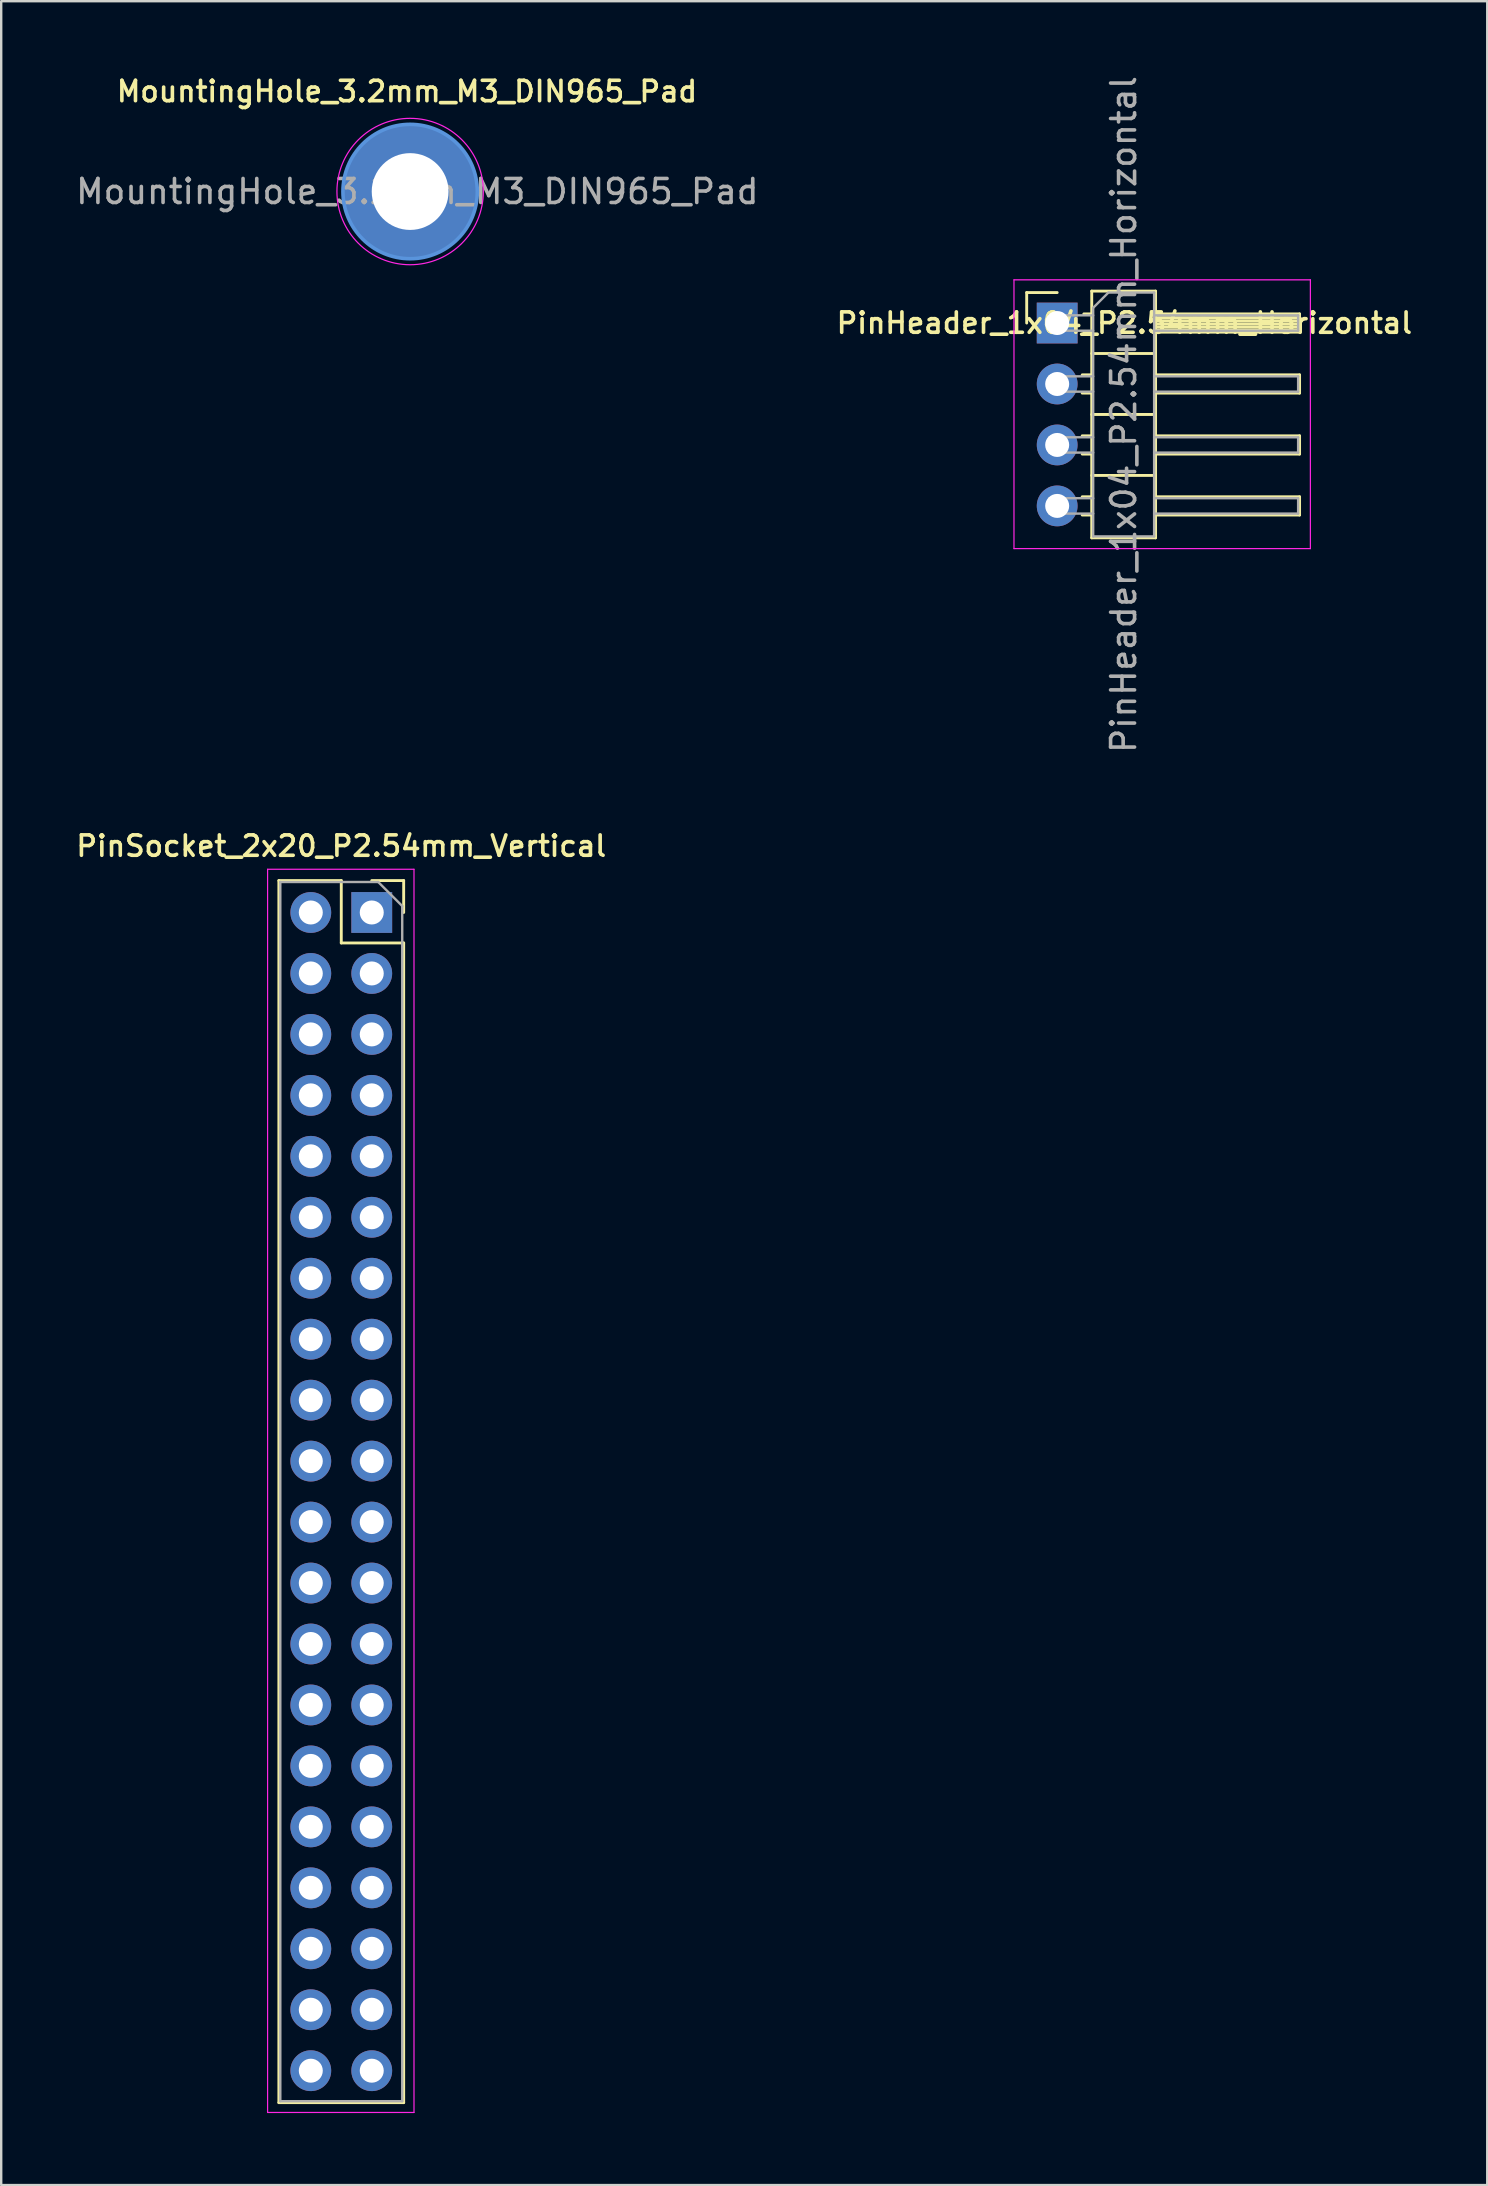
<source format=kicad_pcb>
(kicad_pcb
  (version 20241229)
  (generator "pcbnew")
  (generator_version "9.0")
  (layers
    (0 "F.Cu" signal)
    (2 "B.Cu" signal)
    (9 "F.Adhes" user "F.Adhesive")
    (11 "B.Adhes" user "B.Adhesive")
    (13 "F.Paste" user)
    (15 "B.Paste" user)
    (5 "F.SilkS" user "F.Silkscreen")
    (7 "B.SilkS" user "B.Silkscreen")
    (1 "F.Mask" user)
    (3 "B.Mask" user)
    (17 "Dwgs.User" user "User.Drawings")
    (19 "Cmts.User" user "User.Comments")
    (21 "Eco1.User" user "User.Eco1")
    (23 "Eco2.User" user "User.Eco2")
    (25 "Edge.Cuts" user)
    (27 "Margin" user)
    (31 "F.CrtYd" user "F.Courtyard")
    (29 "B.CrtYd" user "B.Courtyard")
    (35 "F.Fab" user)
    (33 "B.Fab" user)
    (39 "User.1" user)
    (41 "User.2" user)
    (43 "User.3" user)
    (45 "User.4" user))
  (footprint "PinHeader_1x04_P2.54mm_Horizontal"
    (layer "F.Cu")
    (at 41 10.41)
    (property "Reference" "PinHeader_1x04_P2.54mm_Horizontal" (at 2.8 0 0) (layer "F.SilkS") (effects (font (size 0.85 0.85) (thickness 0.15))))
    (attr through_hole)
    (fp_line (start -1.27 -1.27) (end 0 -1.27) (stroke (width 0.12) (type solid)) (layer "F.SilkS"))
    (fp_line (start -1.27 0) (end -1.27 -1.27) (stroke (width 0.12) (type solid)) (layer "F.SilkS"))
    (fp_line (start 1.043 2.16) (end 1.44 2.16) (stroke (width 0.12) (type solid)) (layer "F.SilkS"))
    (fp_line (start 1.043 2.92) (end 1.44 2.92) (stroke (width 0.12) (type solid)) (layer "F.SilkS"))
    (fp_line (start 1.043 4.7) (end 1.44 4.7) (stroke (width 0.12) (type solid)) (layer "F.SilkS"))
    (fp_line (start 1.043 5.46) (end 1.44 5.46) (stroke (width 0.12) (type solid)) (layer "F.SilkS"))
    (fp_line (start 1.043 7.24) (end 1.44 7.24) (stroke (width 0.12) (type solid)) (layer "F.SilkS"))
    (fp_line (start 1.043 8) (end 1.44 8) (stroke (width 0.12) (type solid)) (layer "F.SilkS"))
    (fp_line (start 1.11 -0.38) (end 1.44 -0.38) (stroke (width 0.12) (type solid)) (layer "F.SilkS"))
    (fp_line (start 1.11 0.38) (end 1.44 0.38) (stroke (width 0.12) (type solid)) (layer "F.SilkS"))
    (fp_line (start 1.44 -1.33) (end 1.44 8.95) (stroke (width 0.12) (type solid)) (layer "F.SilkS"))
    (fp_line (start 1.44 1.27) (end 4.1 1.27) (stroke (width 0.12) (type solid)) (layer "F.SilkS"))
    (fp_line (start 1.44 3.81) (end 4.1 3.81) (stroke (width 0.12) (type solid)) (layer "F.SilkS"))
    (fp_line (start 1.44 6.35) (end 4.1 6.35) (stroke (width 0.12) (type solid)) (layer "F.SilkS"))
    (fp_line (start 1.44 8.95) (end 4.1 8.95) (stroke (width 0.12) (type solid)) (layer "F.SilkS"))
    (fp_line (start 4.1 -1.33) (end 1.44 -1.33) (stroke (width 0.12) (type solid)) (layer "F.SilkS"))
    (fp_line (start 4.1 -0.38) (end 10.1 -0.38) (stroke (width 0.12) (type solid)) (layer "F.SilkS"))
    (fp_line (start 4.1 -0.32) (end 10.1 -0.32) (stroke (width 0.12) (type solid)) (layer "F.SilkS"))
    (fp_line (start 4.1 -0.2) (end 10.1 -0.2) (stroke (width 0.12) (type solid)) (layer "F.SilkS"))
    (fp_line (start 4.1 -0.08) (end 10.1 -0.08) (stroke (width 0.12) (type solid)) (layer "F.SilkS"))
    (fp_line (start 4.1 0.04) (end 10.1 0.04) (stroke (width 0.12) (type solid)) (layer "F.SilkS"))
    (fp_line (start 4.1 0.16) (end 10.1 0.16) (stroke (width 0.12) (type solid)) (layer "F.SilkS"))
    (fp_line (start 4.1 0.28) (end 10.1 0.28) (stroke (width 0.12) (type solid)) (layer "F.SilkS"))
    (fp_line (start 4.1 2.16) (end 10.1 2.16) (stroke (width 0.12) (type solid)) (layer "F.SilkS"))
    (fp_line (start 4.1 4.7) (end 10.1 4.7) (stroke (width 0.12) (type solid)) (layer "F.SilkS"))
    (fp_line (start 4.1 7.24) (end 10.1 7.24) (stroke (width 0.12) (type solid)) (layer "F.SilkS"))
    (fp_line (start 4.1 8.95) (end 4.1 -1.33) (stroke (width 0.12) (type solid)) (layer "F.SilkS"))
    (fp_line (start 10.1 -0.38) (end 10.1 0.38) (stroke (width 0.12) (type solid)) (layer "F.SilkS"))
    (fp_line (start 10.1 0.38) (end 4.1 0.38) (stroke (width 0.12) (type solid)) (layer "F.SilkS"))
    (fp_line (start 10.1 2.16) (end 10.1 2.92) (stroke (width 0.12) (type solid)) (layer "F.SilkS"))
    (fp_line (start 10.1 2.92) (end 4.1 2.92) (stroke (width 0.12) (type solid)) (layer "F.SilkS"))
    (fp_line (start 10.1 4.7) (end 10.1 5.46) (stroke (width 0.12) (type solid)) (layer "F.SilkS"))
    (fp_line (start 10.1 5.46) (end 4.1 5.46) (stroke (width 0.12) (type solid)) (layer "F.SilkS"))
    (fp_line (start 10.1 7.24) (end 10.1 8) (stroke (width 0.12) (type solid)) (layer "F.SilkS"))
    (fp_line (start 10.1 8) (end 4.1 8) (stroke (width 0.12) (type solid)) (layer "F.SilkS"))
    (fp_line (start -1.8 -1.8) (end -1.8 9.4) (stroke (width 0.05) (type solid)) (layer "F.CrtYd"))
    (fp_line (start -1.8 9.4) (end 10.55 9.4) (stroke (width 0.05) (type solid)) (layer "F.CrtYd"))
    (fp_line (start 10.55 -1.8) (end -1.8 -1.8) (stroke (width 0.05) (type solid)) (layer "F.CrtYd"))
    (fp_line (start 10.55 9.4) (end 10.55 -1.8) (stroke (width 0.05) (type solid)) (layer "F.CrtYd"))
    (fp_line (start -0.32 -0.32) (end -0.32 0.32) (stroke (width 0.1) (type solid)) (layer "F.Fab"))
    (fp_line (start -0.32 -0.32) (end 1.5 -0.32) (stroke (width 0.1) (type solid)) (layer "F.Fab"))
    (fp_line (start -0.32 0.32) (end 1.5 0.32) (stroke (width 0.1) (type solid)) (layer "F.Fab"))
    (fp_line (start -0.32 2.22) (end -0.32 2.86) (stroke (width 0.1) (type solid)) (layer "F.Fab"))
    (fp_line (start -0.32 2.22) (end 1.5 2.22) (stroke (width 0.1) (type solid)) (layer "F.Fab"))
    (fp_line (start -0.32 2.86) (end 1.5 2.86) (stroke (width 0.1) (type solid)) (layer "F.Fab"))
    (fp_line (start -0.32 4.76) (end -0.32 5.4) (stroke (width 0.1) (type solid)) (layer "F.Fab"))
    (fp_line (start -0.32 4.76) (end 1.5 4.76) (stroke (width 0.1) (type solid)) (layer "F.Fab"))
    (fp_line (start -0.32 5.4) (end 1.5 5.4) (stroke (width 0.1) (type solid)) (layer "F.Fab"))
    (fp_line (start -0.32 7.3) (end -0.32 7.94) (stroke (width 0.1) (type solid)) (layer "F.Fab"))
    (fp_line (start -0.32 7.3) (end 1.5 7.3) (stroke (width 0.1) (type solid)) (layer "F.Fab"))
    (fp_line (start -0.32 7.94) (end 1.5 7.94) (stroke (width 0.1) (type solid)) (layer "F.Fab"))
    (fp_line (start 1.5 -0.635) (end 2.135 -1.27) (stroke (width 0.1) (type solid)) (layer "F.Fab"))
    (fp_line (start 1.5 8.89) (end 1.5 -0.635) (stroke (width 0.1) (type solid)) (layer "F.Fab"))
    (fp_line (start 2.135 -1.27) (end 4.04 -1.27) (stroke (width 0.1) (type solid)) (layer "F.Fab"))
    (fp_line (start 4.04 -1.27) (end 4.04 8.89) (stroke (width 0.1) (type solid)) (layer "F.Fab"))
    (fp_line (start 4.04 -0.32) (end 10.04 -0.32) (stroke (width 0.1) (type solid)) (layer "F.Fab"))
    (fp_line (start 4.04 0.32) (end 10.04 0.32) (stroke (width 0.1) (type solid)) (layer "F.Fab"))
    (fp_line (start 4.04 2.22) (end 10.04 2.22) (stroke (width 0.1) (type solid)) (layer "F.Fab"))
    (fp_line (start 4.04 2.86) (end 10.04 2.86) (stroke (width 0.1) (type solid)) (layer "F.Fab"))
    (fp_line (start 4.04 4.76) (end 10.04 4.76) (stroke (width 0.1) (type solid)) (layer "F.Fab"))
    (fp_line (start 4.04 5.4) (end 10.04 5.4) (stroke (width 0.1) (type solid)) (layer "F.Fab"))
    (fp_line (start 4.04 7.3) (end 10.04 7.3) (stroke (width 0.1) (type solid)) (layer "F.Fab"))
    (fp_line (start 4.04 7.94) (end 10.04 7.94) (stroke (width 0.1) (type solid)) (layer "F.Fab"))
    (fp_line (start 4.04 8.89) (end 1.5 8.89) (stroke (width 0.1) (type solid)) (layer "F.Fab"))
    (fp_line (start 10.04 -0.32) (end 10.04 0.32) (stroke (width 0.1) (type solid)) (layer "F.Fab"))
    (fp_line (start 10.04 2.22) (end 10.04 2.86) (stroke (width 0.1) (type solid)) (layer "F.Fab"))
    (fp_line (start 10.04 4.76) (end 10.04 5.4) (stroke (width 0.1) (type solid)) (layer "F.Fab"))
    (fp_line (start 10.04 7.3) (end 10.04 7.94) (stroke (width 0.1) (type solid)) (layer "F.Fab"))
    (fp_text user "${REFERENCE}" (at 2.77 3.81 90) (unlocked yes) (layer "F.Fab") (effects (font (size 1 1) (thickness 0.15))))
    (pad "1" thru_hole rect (at 0 0 180) (size 1.7 1.7) (drill 1) (layers "*.Cu" "*.Mask"))
    (pad "2" thru_hole oval (at 0 2.54 180) (size 1.7 1.7) (drill 1) (layers "*.Cu" "*.Mask"))
    (pad "3" thru_hole oval (at 0 5.08 180) (size 1.7 1.7) (drill 1) (layers "*.Cu" "*.Mask"))
    (pad "4" thru_hole oval (at 0 7.62 180) (size 1.7 1.7) (drill 1) (layers "*.Cu" "*.Mask")))
  (footprint "PinSocket_2x20_P2.54mm_Vertical"
    (layer "F.Cu")
    (at 12.44 34.971)
    (property "Reference" "PinSocket_2x20_P2.54mm_Vertical" (at -1.27 -2.77 0) (layer "F.SilkS") (effects (font (size 0.85 0.85) (thickness 0.15))))
    (attr through_hole)
    (fp_line (start -3.87 -1.33) (end -3.87 49.59) (stroke (width 0.12) (type solid)) (layer "F.SilkS"))
    (fp_line (start -3.87 -1.33) (end -1.27 -1.33) (stroke (width 0.12) (type solid)) (layer "F.SilkS"))
    (fp_line (start -3.87 49.59) (end 1.33 49.59) (stroke (width 0.12) (type solid)) (layer "F.SilkS"))
    (fp_line (start -1.27 -1.33) (end -1.27 1.27) (stroke (width 0.12) (type solid)) (layer "F.SilkS"))
    (fp_line (start -1.27 1.27) (end 1.33 1.27) (stroke (width 0.12) (type solid)) (layer "F.SilkS"))
    (fp_line (start 0 -1.33) (end 1.33 -1.33) (stroke (width 0.12) (type solid)) (layer "F.SilkS"))
    (fp_line (start 1.33 -1.33) (end 1.33 0) (stroke (width 0.12) (type solid)) (layer "F.SilkS"))
    (fp_line (start 1.33 1.27) (end 1.33 49.59) (stroke (width 0.12) (type solid)) (layer "F.SilkS"))
    (fp_line (start -4.34 -1.8) (end 1.76 -1.8) (stroke (width 0.05) (type solid)) (layer "F.CrtYd"))
    (fp_line (start -4.34 50) (end -4.34 -1.8) (stroke (width 0.05) (type solid)) (layer "F.CrtYd"))
    (fp_line (start 1.76 -1.8) (end 1.76 50) (stroke (width 0.05) (type solid)) (layer "F.CrtYd"))
    (fp_line (start 1.76 50) (end -4.34 50) (stroke (width 0.05) (type solid)) (layer "F.CrtYd"))
    (fp_line (start -3.81 -1.27) (end 0.27 -1.27) (stroke (width 0.1) (type solid)) (layer "F.Fab"))
    (fp_line (start -3.81 49.53) (end -3.81 -1.27) (stroke (width 0.1) (type solid)) (layer "F.Fab"))
    (fp_line (start 0.27 -1.27) (end 1.27 -0.27) (stroke (width 0.1) (type solid)) (layer "F.Fab"))
    (fp_line (start 1.27 -0.27) (end 1.27 49.53) (stroke (width 0.1) (type solid)) (layer "F.Fab"))
    (fp_line (start 1.27 49.53) (end -3.81 49.53) (stroke (width 0.1) (type solid)) (layer "F.Fab"))
    (pad "1" thru_hole rect (at 0 0 180) (size 1.7 1.7) (drill 1) (layers "*.Cu" "*.Mask"))
    (pad "2" thru_hole oval (at -2.54 0 180) (size 1.7 1.7) (drill 1) (layers "*.Cu" "*.Mask"))
    (pad "3" thru_hole oval (at 0 2.54 180) (size 1.7 1.7) (drill 1) (layers "*.Cu" "*.Mask"))
    (pad "4" thru_hole oval (at -2.54 2.54 180) (size 1.7 1.7) (drill 1) (layers "*.Cu" "*.Mask"))
    (pad "5" thru_hole oval (at 0 5.08 180) (size 1.7 1.7) (drill 1) (layers "*.Cu" "*.Mask"))
    (pad "6" thru_hole oval (at -2.54 5.08 180) (size 1.7 1.7) (drill 1) (layers "*.Cu" "*.Mask"))
    (pad "7" thru_hole oval (at 0 7.62 180) (size 1.7 1.7) (drill 1) (layers "*.Cu" "*.Mask"))
    (pad "8" thru_hole oval (at -2.54 7.62 180) (size 1.7 1.7) (drill 1) (layers "*.Cu" "*.Mask"))
    (pad "9" thru_hole oval (at 0 10.16 180) (size 1.7 1.7) (drill 1) (layers "*.Cu" "*.Mask"))
    (pad "10" thru_hole oval (at -2.54 10.16 180) (size 1.7 1.7) (drill 1) (layers "*.Cu" "*.Mask"))
    (pad "11" thru_hole oval (at 0 12.7 180) (size 1.7 1.7) (drill 1) (layers "*.Cu" "*.Mask"))
    (pad "12" thru_hole oval (at -2.54 12.7 180) (size 1.7 1.7) (drill 1) (layers "*.Cu" "*.Mask"))
    (pad "13" thru_hole oval (at 0 15.24 180) (size 1.7 1.7) (drill 1) (layers "*.Cu" "*.Mask"))
    (pad "14" thru_hole oval (at -2.54 15.24 180) (size 1.7 1.7) (drill 1) (layers "*.Cu" "*.Mask"))
    (pad "15" thru_hole oval (at 0 17.78 180) (size 1.7 1.7) (drill 1) (layers "*.Cu" "*.Mask"))
    (pad "16" thru_hole oval (at -2.54 17.78 180) (size 1.7 1.7) (drill 1) (layers "*.Cu" "*.Mask"))
    (pad "17" thru_hole oval (at 0 20.32 180) (size 1.7 1.7) (drill 1) (layers "*.Cu" "*.Mask"))
    (pad "18" thru_hole oval (at -2.54 20.32 180) (size 1.7 1.7) (drill 1) (layers "*.Cu" "*.Mask"))
    (pad "19" thru_hole oval (at 0 22.86 180) (size 1.7 1.7) (drill 1) (layers "*.Cu" "*.Mask"))
    (pad "20" thru_hole oval (at -2.54 22.86 180) (size 1.7 1.7) (drill 1) (layers "*.Cu" "*.Mask"))
    (pad "21" thru_hole oval (at 0 25.4 180) (size 1.7 1.7) (drill 1) (layers "*.Cu" "*.Mask"))
    (pad "22" thru_hole oval (at -2.54 25.4 180) (size 1.7 1.7) (drill 1) (layers "*.Cu" "*.Mask"))
    (pad "23" thru_hole oval (at 0 27.94 180) (size 1.7 1.7) (drill 1) (layers "*.Cu" "*.Mask"))
    (pad "24" thru_hole oval (at -2.54 27.94 180) (size 1.7 1.7) (drill 1) (layers "*.Cu" "*.Mask"))
    (pad "25" thru_hole oval (at 0 30.48 180) (size 1.7 1.7) (drill 1) (layers "*.Cu" "*.Mask"))
    (pad "26" thru_hole oval (at -2.54 30.48 180) (size 1.7 1.7) (drill 1) (layers "*.Cu" "*.Mask"))
    (pad "27" thru_hole oval (at 0 33.02 180) (size 1.7 1.7) (drill 1) (layers "*.Cu" "*.Mask"))
    (pad "28" thru_hole oval (at -2.54 33.02 180) (size 1.7 1.7) (drill 1) (layers "*.Cu" "*.Mask"))
    (pad "29" thru_hole oval (at 0 35.56 180) (size 1.7 1.7) (drill 1) (layers "*.Cu" "*.Mask"))
    (pad "30" thru_hole oval (at -2.54 35.56 180) (size 1.7 1.7) (drill 1) (layers "*.Cu" "*.Mask"))
    (pad "31" thru_hole oval (at 0 38.1 180) (size 1.7 1.7) (drill 1) (layers "*.Cu" "*.Mask"))
    (pad "32" thru_hole oval (at -2.54 38.1 180) (size 1.7 1.7) (drill 1) (layers "*.Cu" "*.Mask"))
    (pad "33" thru_hole oval (at 0 40.64 180) (size 1.7 1.7) (drill 1) (layers "*.Cu" "*.Mask"))
    (pad "34" thru_hole oval (at -2.54 40.64 180) (size 1.7 1.7) (drill 1) (layers "*.Cu" "*.Mask"))
    (pad "35" thru_hole oval (at 0 43.18 180) (size 1.7 1.7) (drill 1) (layers "*.Cu" "*.Mask"))
    (pad "36" thru_hole oval (at -2.54 43.18 180) (size 1.7 1.7) (drill 1) (layers "*.Cu" "*.Mask"))
    (pad "37" thru_hole oval (at 0 45.72 180) (size 1.7 1.7) (drill 1) (layers "*.Cu" "*.Mask"))
    (pad "38" thru_hole oval (at -2.54 45.72 180) (size 1.7 1.7) (drill 1) (layers "*.Cu" "*.Mask"))
    (pad "39" thru_hole oval (at 0 48.26 180) (size 1.7 1.7) (drill 1) (layers "*.Cu" "*.Mask"))
    (pad "40" thru_hole oval (at -2.54 48.26 180) (size 1.7 1.7) (drill 1) (layers "*.Cu" "*.Mask")))
  (footprint "MountingHole_3.2mm_M3_DIN965_Pad"
    (layer "F.Cu")
    (at 14.039 4.931)
    (property "Reference" "MountingHole_3.2mm_M3_DIN965_Pad" (at -0.131 -4.171 0) (layer "F.SilkS") (effects (font (size 0.85 0.85) (thickness 0.15))))
    (attr exclude_from_pos_files exclude_from_bom)
    (fp_circle (center 0 0) (end 2.8 0) (stroke (width 0.15) (type solid)) (fill no) (layer "Cmts.User"))
    (fp_circle (center 0 0) (end 3.05 0) (stroke (width 0.05) (type solid)) (fill no) (layer "F.CrtYd"))
    (fp_text user "${REFERENCE}" (at 0.3 0 0) (unlocked yes) (layer "F.Fab") (effects (font (size 1 1) (thickness 0.15))))
    (pad "1" thru_hole circle (at 0 0) (size 5.6 5.6) (drill 3.2) (layers "*.Cu" "*.Mask")))
  (gr_rect
    (start -3 -3)
    (end 58.92 87.996)
    (stroke (width 0.1) (type default))
    (fill no)
    (layer "Edge.Cuts")))
</source>
